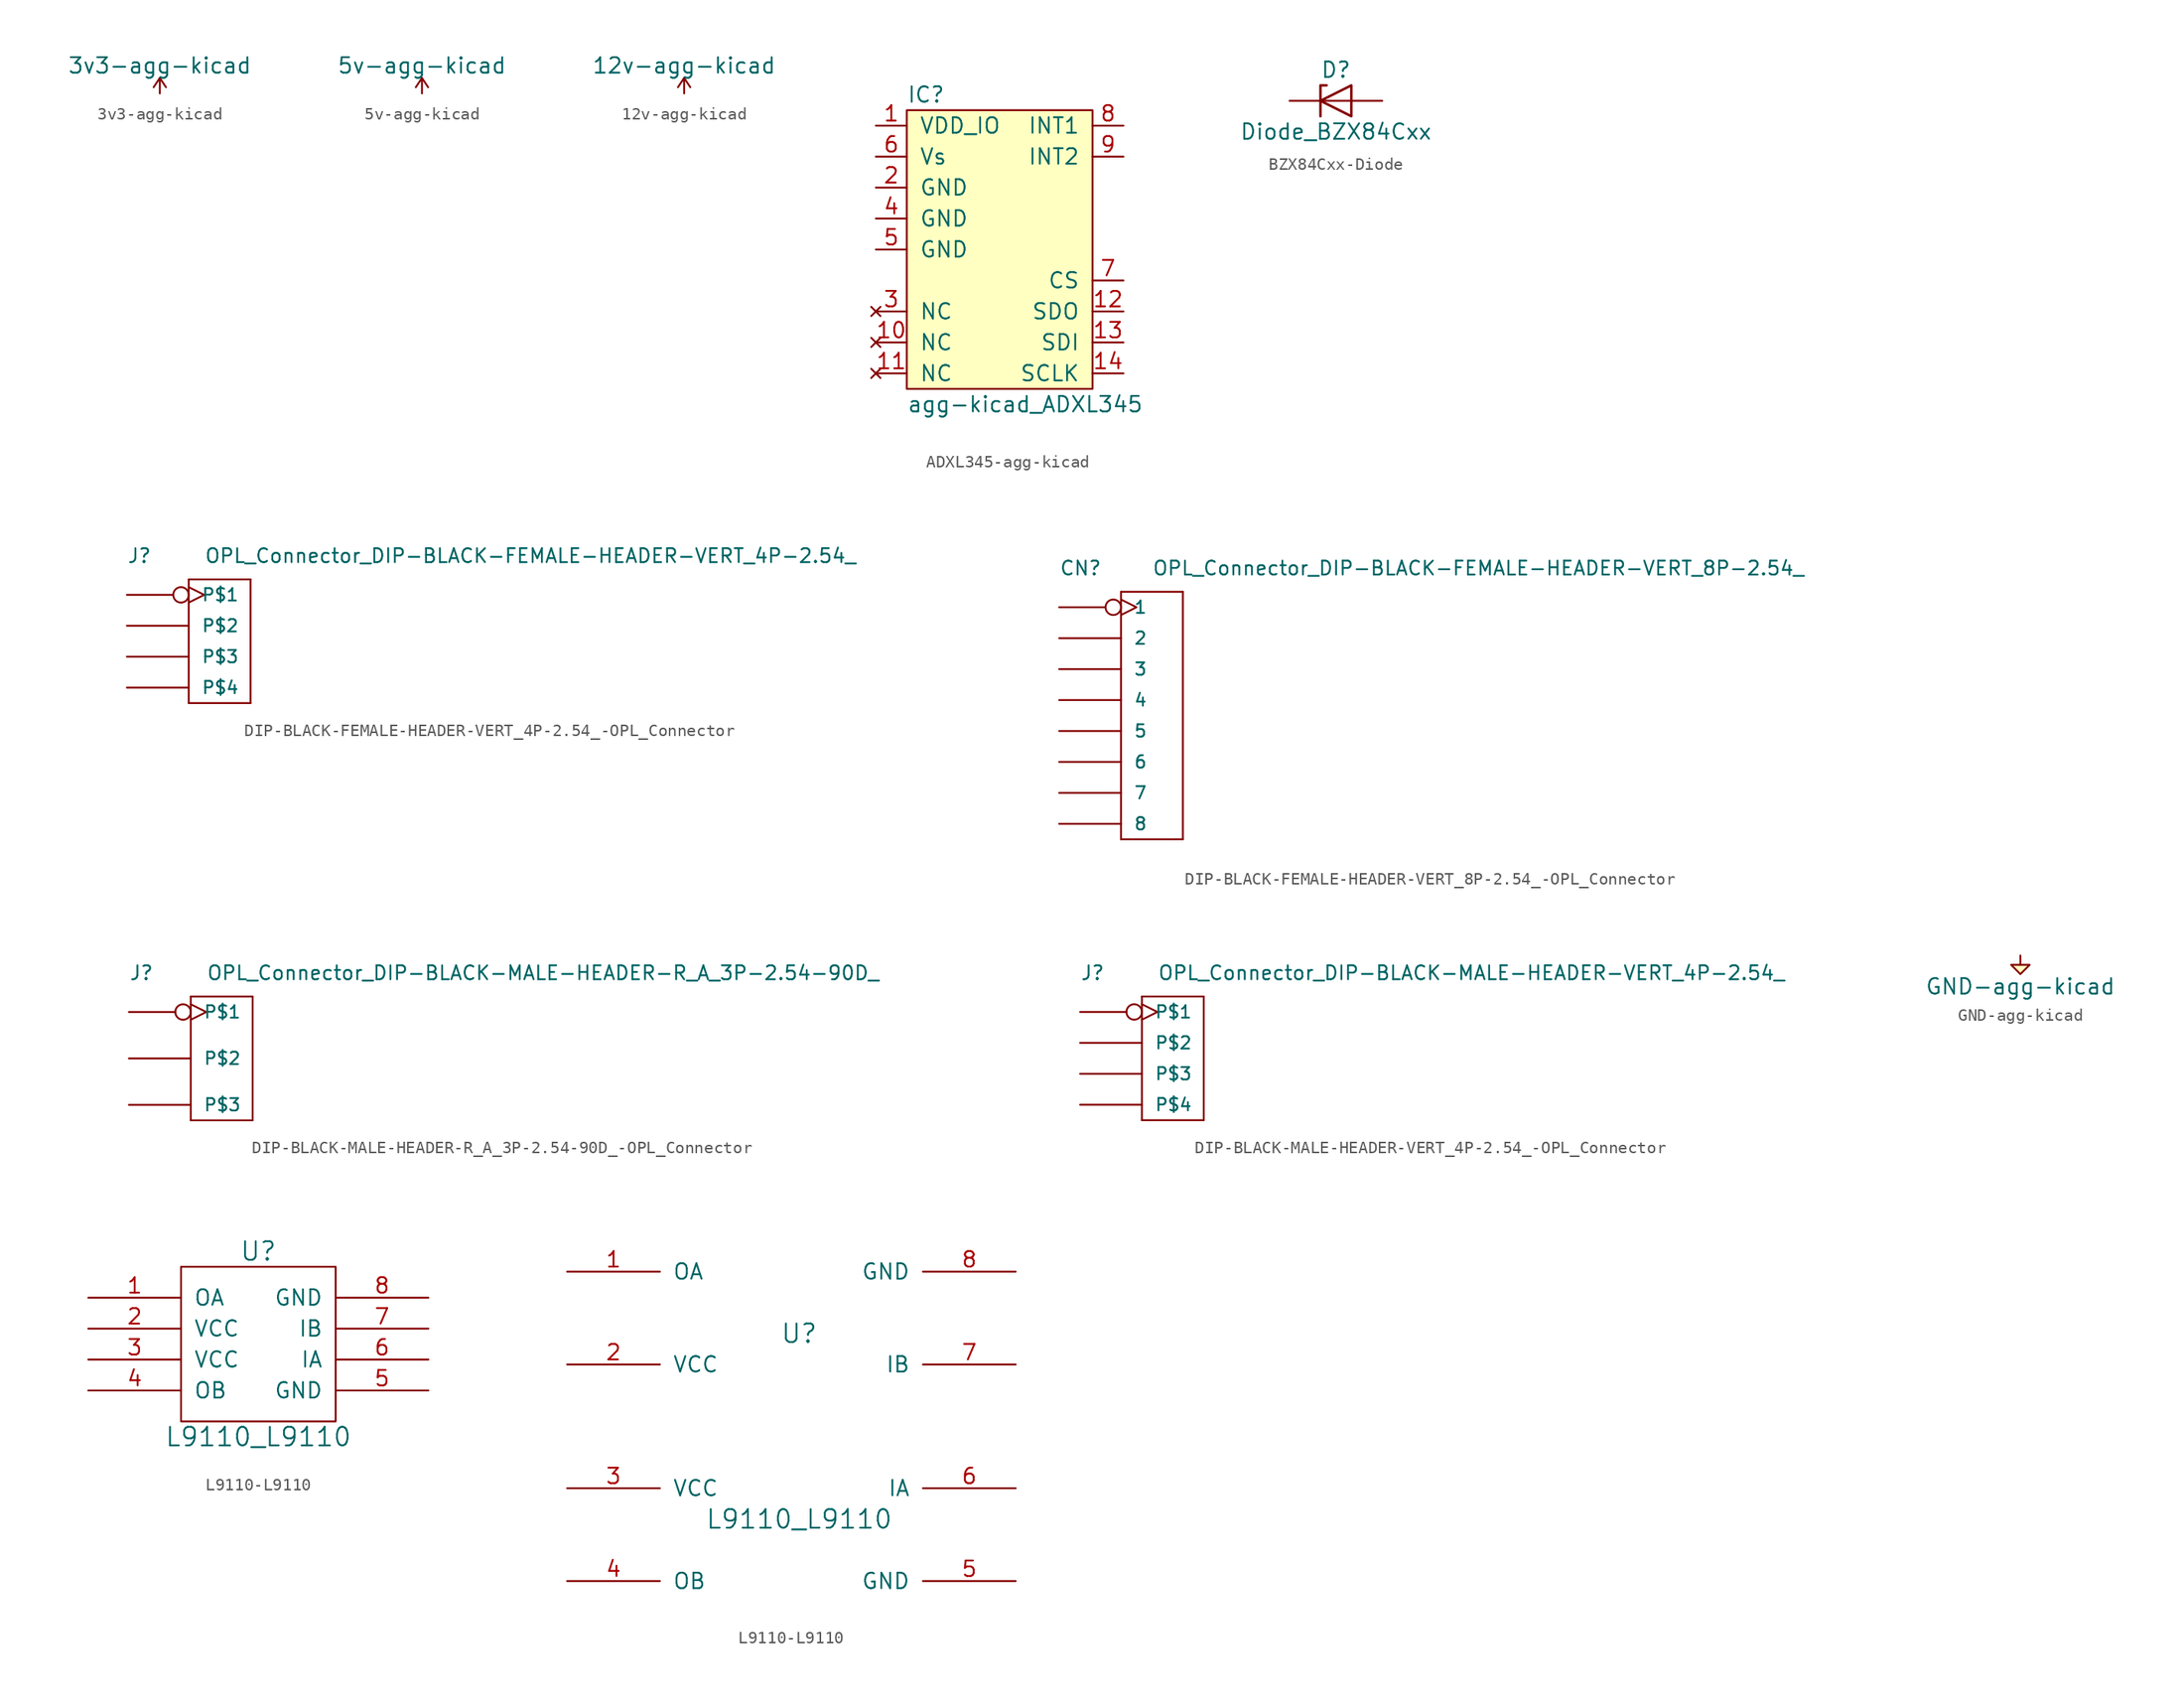
<source format=kicad_sym>
(kicad_symbol_lib
  (version 20220914)
  (generator kicad_symbol_editor)
  (symbol "3v3-agg-kicad"
    (power)
    (pin_numbers hide)
    (pin_names
      (offset 1.016) hide)
    (property "Reference" "#PWR"
      (at 0 2.794 0)
      (effects (font (size 1.27 1.27)) (justify left) hide))
    (property "Value" "3v3-agg-kicad"
      (at 0 2.286 0)
      (effects (font (size 1.27 1.27))))
    (symbol "3v3-agg-kicad_0_1"
      (polyline (pts (xy 0 1.27) (xy 0.508 0.508)) (stroke (width 0) (type solid)) (fill (type none)))
      (polyline (pts (xy 0 0) (xy 0 1.27) (xy -0.508 0.508)) (stroke (width 0) (type solid)) (fill (type none))))
    (symbol "3v3-agg-kicad_1_1"
      (pin power_in line (at 0 0 180) (length 0) hide (name "3v3" (effects (font (size 1.27 1.27)))) (number "1" (effects (font (size 1.27 1.27)))))))
  (symbol "5v-agg-kicad"
    (power)
    (pin_numbers hide)
    (pin_names
      (offset 1.016) hide)
    (property "Reference" "#PWR"
      (at 0 2.794 0)
      (effects (font (size 1.27 1.27)) (justify left) hide))
    (property "Value" "5v-agg-kicad"
      (at 0 2.286 0)
      (effects (font (size 1.27 1.27))))
    (symbol "5v-agg-kicad_0_1"
      (polyline (pts (xy 0 1.27) (xy 0.508 0.508)) (stroke (width 0) (type solid)) (fill (type none)))
      (polyline (pts (xy 0 0) (xy 0 1.27) (xy -0.508 0.508)) (stroke (width 0) (type solid)) (fill (type none))))
    (symbol "5v-agg-kicad_1_1"
      (pin power_in line (at 0 0 180) (length 0) hide (name "5v" (effects (font (size 1.27 1.27)))) (number "1" (effects (font (size 1.27 1.27)))))))
  (symbol "12v-agg-kicad"
    (power)
    (pin_numbers hide)
    (pin_names
      (offset 1.016) hide)
    (property "Reference" "#PWR"
      (at 0 2.794 0)
      (effects (font (size 1.27 1.27)) (justify left) hide))
    (property "Value" "12v-agg-kicad"
      (at 0 2.286 0)
      (effects (font (size 1.27 1.27))))
    (symbol "12v-agg-kicad_0_1"
      (polyline (pts (xy 0 1.27) (xy 0.508 0.508)) (stroke (width 0) (type solid)) (fill (type none)))
      (polyline (pts (xy 0 0) (xy 0 1.27) (xy -0.508 0.508)) (stroke (width 0) (type solid)) (fill (type none))))
    (symbol "12v-agg-kicad_1_1"
      (pin power_in line (at 0 0 180) (length 0) hide (name "12v" (effects (font (size 1.27 1.27)))) (number "1" (effects (font (size 1.27 1.27)))))))
  (symbol "ADXL345-agg-kicad"
    (pin_names
      (offset 1.016))
    (property "Reference" "IC"
      (at -7.62 10.16 0)
      (effects (font (size 1.27 1.27)) (justify left)))
    (property "Value" "agg-kicad_ADXL345"
      (at -7.62 -15.24 0)
      (effects (font (size 1.27 1.27)) (justify left)))
    (symbol "ADXL345-agg-kicad_0_1"
      (rectangle (start 7.62 8.89) (end -7.62 -13.97) (stroke (width 0) (type solid)) (fill (type background))))
    (symbol "ADXL345-agg-kicad_1_1"
      (pin power_in line (at -10.16 7.62 0) (length 2.54) (name "VDD_IO" (effects (font (size 1.27 1.27)))) (number "1" (effects (font (size 1.27 1.27)))))
      (pin no_connect line (at -10.16 -10.16 0) (length 2.54) (name "NC" (effects (font (size 1.27 1.27)))) (number "10" (effects (font (size 1.27 1.27)))))
      (pin no_connect line (at -10.16 -12.7 0) (length 2.54) (name "NC" (effects (font (size 1.27 1.27)))) (number "11" (effects (font (size 1.27 1.27)))))
      (pin output line (at 10.16 -7.62 180) (length 2.54) (name "SDO" (effects (font (size 1.27 1.27)))) (number "12" (effects (font (size 1.27 1.27)))))
      (pin input line (at 10.16 -10.16 180) (length 2.54) (name "SDI" (effects (font (size 1.27 1.27)))) (number "13" (effects (font (size 1.27 1.27)))))
      (pin input line (at 10.16 -12.7 180) (length 2.54) (name "SCLK" (effects (font (size 1.27 1.27)))) (number "14" (effects (font (size 1.27 1.27)))))
      (pin power_in line (at -10.16 2.54 0) (length 2.54) (name "GND" (effects (font (size 1.27 1.27)))) (number "2" (effects (font (size 1.27 1.27)))))
      (pin no_connect line (at -10.16 -7.62 0) (length 2.54) (name "NC" (effects (font (size 1.27 1.27)))) (number "3" (effects (font (size 1.27 1.27)))))
      (pin power_in line (at -10.16 0 0) (length 2.54) (name "GND" (effects (font (size 1.27 1.27)))) (number "4" (effects (font (size 1.27 1.27)))))
      (pin power_in line (at -10.16 -2.54 0) (length 2.54) (name "GND" (effects (font (size 1.27 1.27)))) (number "5" (effects (font (size 1.27 1.27)))))
      (pin power_in line (at -10.16 5.08 0) (length 2.54) (name "Vs" (effects (font (size 1.27 1.27)))) (number "6" (effects (font (size 1.27 1.27)))))
      (pin input line (at 10.16 -5.08 180) (length 2.54) (name "CS" (effects (font (size 1.27 1.27)))) (number "7" (effects (font (size 1.27 1.27)))))
      (pin output line (at 10.16 7.62 180) (length 2.54) (name "INT1" (effects (font (size 1.27 1.27)))) (number "8" (effects (font (size 1.27 1.27)))))
      (pin output line (at 10.16 5.08 180) (length 2.54) (name "INT2" (effects (font (size 1.27 1.27)))) (number "9" (effects (font (size 1.27 1.27)))))))
  (symbol "BZX84Cxx-Diode"
    (pin_numbers hide)
    (pin_names
      (offset 1.016) hide)
    (property "Reference" "D"
      (at 0 2.54 0)
      (effects (font (size 1.27 1.27))))
    (property "Value" "Diode_BZX84Cxx"
      (at 0 -2.54 0)
      (effects (font (size 1.27 1.27))))
    (symbol "BZX84Cxx-Diode_0_1"
      (polyline (pts (xy 1.27 0) (xy -1.27 0)) (stroke (width 0) (type solid)) (fill (type none)))
      (polyline (pts (xy -1.27 -1.27) (xy -1.27 1.27) (xy -0.762 1.27)) (stroke (width 0.203) (type solid)) (fill (type none)))
      (polyline (pts (xy 1.27 -1.27) (xy 1.27 1.27) (xy -1.27 0) (xy 1.27 -1.27)) (stroke (width 0.203) (type solid)) (fill (type none))))
    (symbol "BZX84Cxx-Diode_1_1"
      (pin passive line (at -3.81 0 0) (length 2.54) (name "K" (effects (font (size 1.27 1.27)))) (number "1" (effects (font (size 1.27 1.27)))))
      (pin passive line (at 3.81 0 180) (length 2.54) (name "A" (effects (font (size 1.27 1.27)))) (number "2" (effects (font (size 1.27 1.27)))))))
  (symbol "DIP-BLACK-FEMALE-HEADER-VERT_4P-2.54_-OPL_Connector"
    (pin_numbers hide)
    (pin_names
      (offset 1.016))
    (property "Reference" "J"
      (at -7.62 6.35 0)
      (effects (font (size 1.143 1.143)) (justify left bottom)))
    (property "Value" "OPL_Connector_DIP-BLACK-FEMALE-HEADER-VERT_4P-2.54_"
      (at -1.27 6.35 0)
      (effects (font (size 1.143 1.143)) (justify left bottom)))
    (property "ki_locked" ""
      (at 0 0 0)
      (effects (font (size 1.27 1.27))))
    (symbol "DIP-BLACK-FEMALE-HEADER-VERT_4P-2.54_-OPL_Connector_1_0"
      (polyline (pts (xy -2.54 -5.08) (xy -2.54 5.08)) (stroke (width 0) (type solid)) (fill (type none)))
      (polyline (pts (xy -2.54 5.08) (xy 2.54 5.08)) (stroke (width 0) (type solid)) (fill (type none)))
      (polyline (pts (xy 2.54 -5.08) (xy -2.54 -5.08)) (stroke (width 0) (type solid)) (fill (type none)))
      (polyline (pts (xy 2.54 5.08) (xy 2.54 -5.08)) (stroke (width 0) (type solid)) (fill (type none))))
    (symbol "DIP-BLACK-FEMALE-HEADER-VERT_4P-2.54_-OPL_Connector_1_1"
      (pin bidirectional inverted_clock (at -7.62 3.81 0) (length 5.08) (name "P$1" (effects (font (size 1.016 1.016)))) (number "1" (effects (font (size 1.016 1.016)))))
      (pin bidirectional line (at -7.62 1.27 0) (length 5.08) (name "P$2" (effects (font (size 1.016 1.016)))) (number "2" (effects (font (size 1.016 1.016)))))
      (pin bidirectional line (at -7.62 -1.27 0) (length 5.08) (name "P$3" (effects (font (size 1.016 1.016)))) (number "3" (effects (font (size 1.016 1.016)))))
      (pin bidirectional line (at -7.62 -3.81 0) (length 5.08) (name "P$4" (effects (font (size 1.016 1.016)))) (number "4" (effects (font (size 1.016 1.016)))))))
  (symbol "DIP-BLACK-FEMALE-HEADER-VERT_8P-2.54_-OPL_Connector"
    (pin_numbers hide)
    (pin_names
      (offset 1.016))
    (property "Reference" "CN"
      (at -7.62 11.43 0)
      (effects (font (size 1.143 1.143)) (justify left bottom)))
    (property "Value" "OPL_Connector_DIP-BLACK-FEMALE-HEADER-VERT_8P-2.54_"
      (at 0 11.43 0)
      (effects (font (size 1.143 1.143)) (justify left bottom)))
    (property "ki_locked" ""
      (at 0 0 0)
      (effects (font (size 1.27 1.27))))
    (symbol "DIP-BLACK-FEMALE-HEADER-VERT_8P-2.54_-OPL_Connector_1_0"
      (polyline (pts (xy -2.54 -10.16) (xy -2.54 10.16)) (stroke (width 0) (type solid)) (fill (type none)))
      (polyline (pts (xy -2.54 10.16) (xy 2.54 10.16)) (stroke (width 0) (type solid)) (fill (type none)))
      (polyline (pts (xy 2.54 -10.16) (xy -2.54 -10.16)) (stroke (width 0) (type solid)) (fill (type none)))
      (polyline (pts (xy 2.54 10.16) (xy 2.54 -10.16)) (stroke (width 0) (type solid)) (fill (type none))))
    (symbol "DIP-BLACK-FEMALE-HEADER-VERT_8P-2.54_-OPL_Connector_1_1"
      (pin bidirectional inverted_clock (at -7.62 8.89 0) (length 5.08) (name "1" (effects (font (size 1.016 1.016)))) (number "1" (effects (font (size 1.016 1.016)))))
      (pin bidirectional line (at -7.62 6.35 0) (length 5.08) (name "2" (effects (font (size 1.016 1.016)))) (number "2" (effects (font (size 1.016 1.016)))))
      (pin bidirectional line (at -7.62 3.81 0) (length 5.08) (name "3" (effects (font (size 1.016 1.016)))) (number "3" (effects (font (size 1.016 1.016)))))
      (pin bidirectional line (at -7.62 1.27 0) (length 5.08) (name "4" (effects (font (size 1.016 1.016)))) (number "4" (effects (font (size 1.016 1.016)))))
      (pin bidirectional line (at -7.62 -1.27 0) (length 5.08) (name "5" (effects (font (size 1.016 1.016)))) (number "5" (effects (font (size 1.016 1.016)))))
      (pin bidirectional line (at -7.62 -3.81 0) (length 5.08) (name "6" (effects (font (size 1.016 1.016)))) (number "6" (effects (font (size 1.016 1.016)))))
      (pin bidirectional line (at -7.62 -6.35 0) (length 5.08) (name "7" (effects (font (size 1.016 1.016)))) (number "7" (effects (font (size 1.016 1.016)))))
      (pin bidirectional line (at -7.62 -8.89 0) (length 5.08) (name "8" (effects (font (size 1.016 1.016)))) (number "8" (effects (font (size 1.016 1.016)))))))
  (symbol "DIP-BLACK-MALE-HEADER-R_A_3P-2.54-90D_-OPL_Connector"
    (pin_numbers hide)
    (pin_names
      (offset 1.016))
    (property "Reference" "J"
      (at -7.62 6.35 0)
      (effects (font (size 1.143 1.143)) (justify left bottom)))
    (property "Value" "OPL_Connector_DIP-BLACK-MALE-HEADER-R_A_3P-2.54-90D_"
      (at -1.27 6.35 0)
      (effects (font (size 1.143 1.143)) (justify left bottom)))
    (property "ki_locked" ""
      (at 0 0 0)
      (effects (font (size 1.27 1.27))))
    (symbol "DIP-BLACK-MALE-HEADER-R_A_3P-2.54-90D_-OPL_Connector_1_0"
      (polyline (pts (xy -2.54 -5.08) (xy -2.54 5.08)) (stroke (width 0) (type solid)) (fill (type none)))
      (polyline (pts (xy -2.54 5.08) (xy 2.54 5.08)) (stroke (width 0) (type solid)) (fill (type none)))
      (polyline (pts (xy 2.54 -5.08) (xy -2.54 -5.08)) (stroke (width 0) (type solid)) (fill (type none)))
      (polyline (pts (xy 2.54 5.08) (xy 2.54 -5.08)) (stroke (width 0) (type solid)) (fill (type none))))
    (symbol "DIP-BLACK-MALE-HEADER-R_A_3P-2.54-90D_-OPL_Connector_1_1"
      (pin bidirectional inverted_clock (at -7.62 3.81 0) (length 5.08) (name "P$1" (effects (font (size 1.016 1.016)))) (number "1" (effects (font (size 1.016 1.016)))))
      (pin bidirectional line (at -7.62 0 0) (length 5.08) (name "P$2" (effects (font (size 1.016 1.016)))) (number "2" (effects (font (size 1.016 1.016)))))
      (pin bidirectional line (at -7.62 -3.81 0) (length 5.08) (name "P$3" (effects (font (size 1.016 1.016)))) (number "3" (effects (font (size 1.016 1.016)))))))
  (symbol "DIP-BLACK-MALE-HEADER-VERT_4P-2.54_-OPL_Connector"
    (pin_numbers hide)
    (pin_names
      (offset 1.016))
    (property "Reference" "J"
      (at -7.62 6.35 0)
      (effects (font (size 1.143 1.143)) (justify left bottom)))
    (property "Value" "OPL_Connector_DIP-BLACK-MALE-HEADER-VERT_4P-2.54_"
      (at -1.27 6.35 0)
      (effects (font (size 1.143 1.143)) (justify left bottom)))
    (property "ki_locked" ""
      (at 0 0 0)
      (effects (font (size 1.27 1.27))))
    (symbol "DIP-BLACK-MALE-HEADER-VERT_4P-2.54_-OPL_Connector_1_0"
      (polyline (pts (xy -2.54 -5.08) (xy -2.54 5.08)) (stroke (width 0) (type solid)) (fill (type none)))
      (polyline (pts (xy -2.54 5.08) (xy 2.54 5.08)) (stroke (width 0) (type solid)) (fill (type none)))
      (polyline (pts (xy 2.54 -5.08) (xy -2.54 -5.08)) (stroke (width 0) (type solid)) (fill (type none)))
      (polyline (pts (xy 2.54 5.08) (xy 2.54 -5.08)) (stroke (width 0) (type solid)) (fill (type none))))
    (symbol "DIP-BLACK-MALE-HEADER-VERT_4P-2.54_-OPL_Connector_1_1"
      (pin bidirectional inverted_clock (at -7.62 3.81 0) (length 5.08) (name "P$1" (effects (font (size 1.016 1.016)))) (number "1" (effects (font (size 1.016 1.016)))))
      (pin bidirectional line (at -7.62 1.27 0) (length 5.08) (name "P$2" (effects (font (size 1.016 1.016)))) (number "2" (effects (font (size 1.016 1.016)))))
      (pin bidirectional line (at -7.62 -1.27 0) (length 5.08) (name "P$3" (effects (font (size 1.016 1.016)))) (number "3" (effects (font (size 1.016 1.016)))))
      (pin bidirectional line (at -7.62 -3.81 0) (length 5.08) (name "P$4" (effects (font (size 1.016 1.016)))) (number "4" (effects (font (size 1.016 1.016)))))))
  (symbol "GND-agg-kicad"
    (power)
    (pin_numbers hide)
    (pin_names
      (offset 1.016) hide)
    (property "Reference" "#PWR"
      (at -3.302 1.016 0)
      (effects (font (size 1.27 1.27)) (justify left) hide))
    (property "Value" "GND-agg-kicad"
      (at 0 -2.54 0)
      (effects (font (size 1.27 1.27))))
    (symbol "GND-agg-kicad_0_1"
      (polyline (pts (xy 0 0) (xy 0 -0.762)) (stroke (width 0) (type solid)) (fill (type none)))
      (polyline (pts (xy -0.762 -0.762) (xy 0.762 -0.762) (xy 0 -1.524) (xy -0.762 -0.762)) (stroke (width 0) (type solid)) (fill (type background))))
    (symbol "GND-agg-kicad_1_1"
      (pin power_in line (at 0 0 180) (length 0) hide (name "GND" (effects (font (size 1.27 1.27)))) (number "1" (effects (font (size 1.27 1.27)))))))
  (symbol "L9110-L9110"
    (pin_names
      (offset 1.016))
    (property "Reference" "U"
      (at 0 7.62 0)
      (effects (font (size 1.524 1.524))))
    (property "Value" "L9110_L9110"
      (at 0 -7.62 0)
      (effects (font (size 1.524 1.524))))
    (property "Footprint" ""
      (at 0 0 0)
      (effects (font (size 1.524 1.524))))
    (property "Datasheet" ""
      (at 0 0 0)
      (effects (font (size 1.524 1.524))))
    (symbol "L9110-L9110_0_1"
      (rectangle (start 6.35 -6.35) (end -6.35 6.35) (stroke (width 0) (type solid)) (fill (type none))))
    (symbol "L9110-L9110_1_1"
      (pin output line (at -13.97 3.81 0) (length 7.62) (name "OA" (effects (font (size 1.27 1.27)))) (number "1" (effects (font (size 1.27 1.27)))))
      (pin power_in line (at -13.97 1.27 0) (length 7.62) (name "VCC" (effects (font (size 1.27 1.27)))) (number "2" (effects (font (size 1.27 1.27)))))
      (pin power_in line (at -13.97 -1.27 0) (length 7.62) (name "VCC" (effects (font (size 1.27 1.27)))) (number "3" (effects (font (size 1.27 1.27)))))
      (pin output line (at -13.97 -3.81 0) (length 7.62) (name "OB" (effects (font (size 1.27 1.27)))) (number "4" (effects (font (size 1.27 1.27)))))
      (pin power_in line (at 13.97 -3.81 180) (length 7.62) (name "GND" (effects (font (size 1.27 1.27)))) (number "5" (effects (font (size 1.27 1.27)))))
      (pin input line (at 13.97 -1.27 180) (length 7.62) (name "IA" (effects (font (size 1.27 1.27)))) (number "6" (effects (font (size 1.27 1.27)))))
      (pin input line (at 13.97 1.27 180) (length 7.62) (name "IB" (effects (font (size 1.27 1.27)))) (number "7" (effects (font (size 1.27 1.27)))))
      (pin power_in line (at 13.97 3.81 180) (length 7.62) (name "GND" (effects (font (size 1.27 1.27)))) (number "8" (effects (font (size 1.27 1.27))))))
    (symbol "L9110-L9110_1_2"
      (pin output line (at -19.05 12.7 0) (length 7.62) (name "OA" (effects (font (size 1.27 1.27)))) (number "1" (effects (font (size 1.27 1.27)))))
      (pin output line (at -19.05 5.08 0) (length 7.62) (name "VCC" (effects (font (size 1.27 1.27)))) (number "2" (effects (font (size 1.27 1.27)))))
      (pin output line (at -19.05 -5.08 0) (length 7.62) (name "VCC" (effects (font (size 1.27 1.27)))) (number "3" (effects (font (size 1.27 1.27)))))
      (pin power_out line (at -19.05 -12.7 0) (length 7.62) (name "OB" (effects (font (size 1.27 1.27)))) (number "4" (effects (font (size 1.27 1.27)))))
      (pin power_out line (at 17.78 -12.7 180) (length 7.62) (name "GND" (effects (font (size 1.27 1.27)))) (number "5" (effects (font (size 1.27 1.27)))))
      (pin input line (at 17.78 -5.08 180) (length 7.62) (name "IA" (effects (font (size 1.27 1.27)))) (number "6" (effects (font (size 1.27 1.27)))))
      (pin input line (at 17.78 5.08 180) (length 7.62) (name "IB" (effects (font (size 1.27 1.27)))) (number "7" (effects (font (size 1.27 1.27)))))
      (pin power_in line (at 17.78 12.7 180) (length 7.62) (name "GND" (effects (font (size 1.27 1.27)))) (number "8" (effects (font (size 1.27 1.27))))))))
</source>
